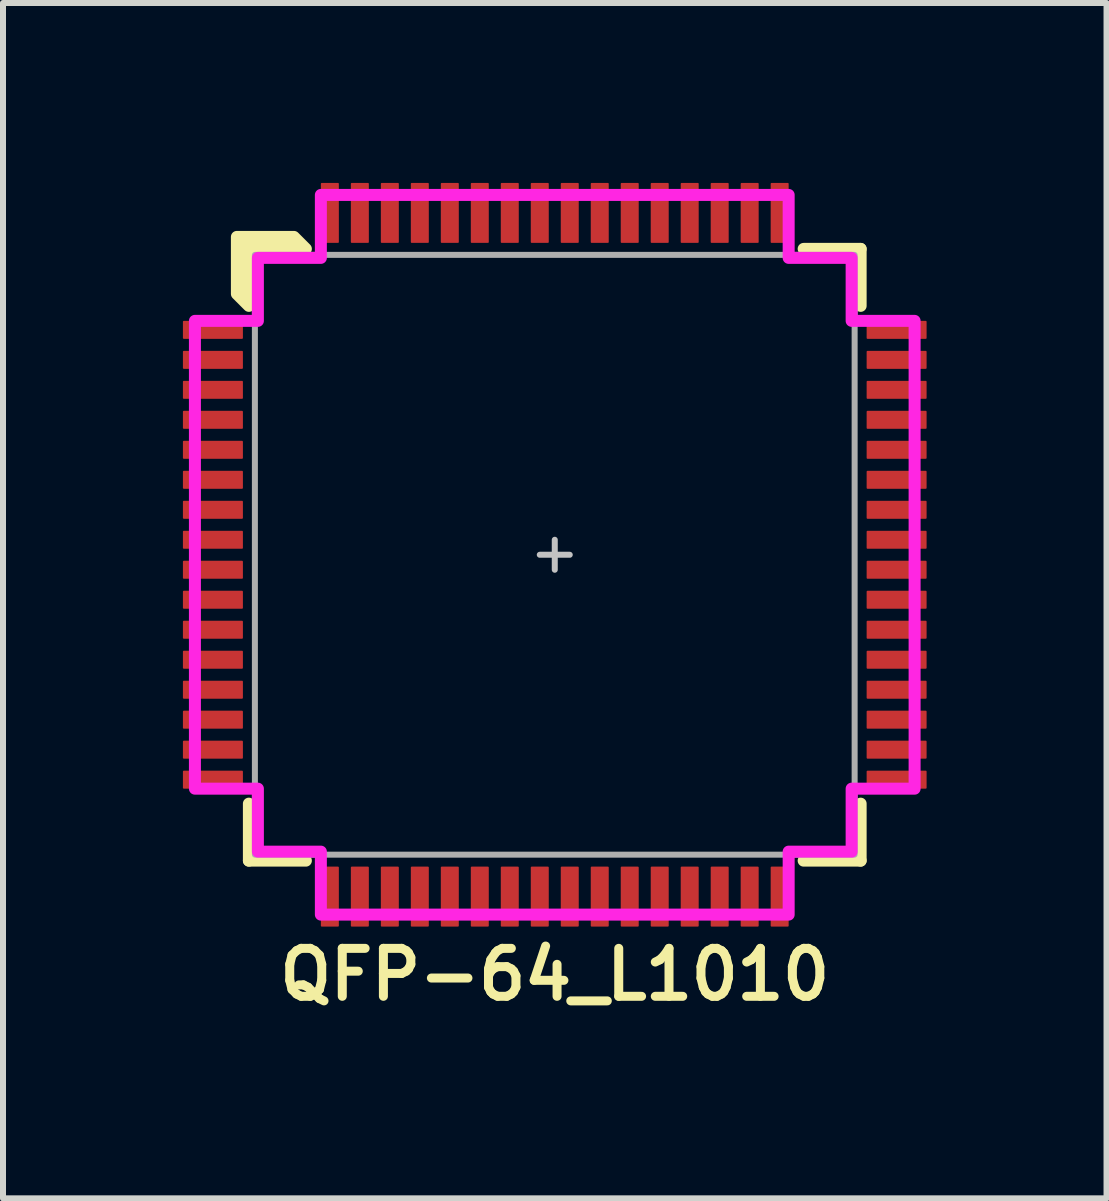
<source format=kicad_pcb>
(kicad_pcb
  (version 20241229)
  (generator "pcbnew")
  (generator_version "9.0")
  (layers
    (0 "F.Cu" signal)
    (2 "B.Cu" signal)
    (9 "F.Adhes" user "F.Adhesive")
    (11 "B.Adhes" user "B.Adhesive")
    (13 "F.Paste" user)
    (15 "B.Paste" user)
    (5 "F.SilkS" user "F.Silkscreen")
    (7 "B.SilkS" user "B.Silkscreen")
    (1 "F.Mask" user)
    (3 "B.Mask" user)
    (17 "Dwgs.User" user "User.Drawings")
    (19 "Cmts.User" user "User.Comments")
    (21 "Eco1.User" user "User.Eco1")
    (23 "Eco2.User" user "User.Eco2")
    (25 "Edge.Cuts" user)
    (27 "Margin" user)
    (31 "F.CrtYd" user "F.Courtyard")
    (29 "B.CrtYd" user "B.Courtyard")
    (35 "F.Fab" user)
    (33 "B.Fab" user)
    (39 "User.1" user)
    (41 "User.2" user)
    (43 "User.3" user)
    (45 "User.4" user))
  (footprint "QFP-64_L1010"
    (layer "F.Cu")
    (at 6.2 6.2)
    (property "Reference" "QFP-64_L1010" (at 0 7 0) (unlocked yes) (layer "F.SilkS") (effects (font (size 0.8 0.8) (thickness 0.15))))
    (attr smd)
    (fp_line (start -5.1 5.1) (end -5.1 4.15) (stroke (width 0.2) (type solid)) (layer "F.SilkS"))
    (fp_line (start -4.15 5.1) (end -5.1 5.1) (stroke (width 0.2) (type solid)) (layer "F.SilkS"))
    (fp_line (start 4.15 -5.1) (end 5.1 -5.1) (stroke (width 0.2) (type solid)) (layer "F.SilkS"))
    (fp_line (start 5.1 -5.1) (end 5.1 -4.15) (stroke (width 0.2) (type solid)) (layer "F.SilkS"))
    (fp_line (start 5.1 4.15) (end 5.1 5.1) (stroke (width 0.2) (type solid)) (layer "F.SilkS"))
    (fp_line (start 5.1 5.1) (end 4.15 5.1) (stroke (width 0.2) (type solid)) (layer "F.SilkS"))
    (fp_poly (pts (xy -4.15 -5.1) (xy -5.1 -5.1) (xy -5.1 -4.15) (xy -5.3 -4.35) (xy -5.3 -5.3) (xy -4.35 -5.3)) (stroke (width 0.2) (type solid)) (fill yes) (layer "F.SilkS"))
    (fp_line (start -0.25 0) (end 0.25 0) (stroke (width 0.1) (type solid)) (layer "Dwgs.User"))
    (fp_line (start 0 -0.25) (end 0 0.25) (stroke (width 0.1) (type solid)) (layer "Dwgs.User"))
    (fp_poly (pts (xy 3.9 -4.95) (xy 4.95 -4.95) (xy 4.95 -3.9) (xy 6 -3.9) (xy 6 3.9) (xy 4.95 3.9) (xy 4.95 4.95) (xy 3.9 4.95) (xy 3.9 6) (xy -3.9 6) (xy -3.9 4.95) (xy -4.95 4.95) (xy -4.95 3.9) (xy -6 3.9) (xy -6 -3.9) (xy -4.95 -3.9) (xy -4.95 -4.95) (xy -3.9 -4.95) (xy -3.9 -6) (xy 3.9 -6)) (stroke (width 0.2) (type solid)) (fill no) (layer "F.CrtYd"))
    (fp_rect (start -5 -5) (end 5 5) (stroke (width 0.1) (type solid)) (fill no) (layer "F.Fab"))
    (pad "1" smd roundrect (at -5.7 -3.75) (size 1 0.3) (layers "F.Cu" "F.Mask" "F.Paste") (roundrect_rratio 0.05))
    (pad "2" smd roundrect (at -5.7 -3.25) (size 1 0.3) (layers "F.Cu" "F.Mask" "F.Paste") (roundrect_rratio 0.05))
    (pad "3" smd roundrect (at -5.7 -2.75) (size 1 0.3) (layers "F.Cu" "F.Mask" "F.Paste") (roundrect_rratio 0.05))
    (pad "4" smd roundrect (at -5.7 -2.25) (size 1 0.3) (layers "F.Cu" "F.Mask" "F.Paste") (roundrect_rratio 0.05))
    (pad "5" smd roundrect (at -5.7 -1.75) (size 1 0.3) (layers "F.Cu" "F.Mask" "F.Paste") (roundrect_rratio 0.05))
    (pad "6" smd roundrect (at -5.7 -1.25) (size 1 0.3) (layers "F.Cu" "F.Mask" "F.Paste") (roundrect_rratio 0.05))
    (pad "7" smd roundrect (at -5.7 -0.75) (size 1 0.3) (layers "F.Cu" "F.Mask" "F.Paste") (roundrect_rratio 0.05))
    (pad "8" smd roundrect (at -5.7 -0.25) (size 1 0.3) (layers "F.Cu" "F.Mask" "F.Paste") (roundrect_rratio 0.05))
    (pad "9" smd roundrect (at -5.7 0.25) (size 1 0.3) (layers "F.Cu" "F.Mask" "F.Paste") (roundrect_rratio 0.05))
    (pad "10" smd roundrect (at -5.7 0.75) (size 1 0.3) (layers "F.Cu" "F.Mask" "F.Paste") (roundrect_rratio 0.05))
    (pad "11" smd roundrect (at -5.7 1.25) (size 1 0.3) (layers "F.Cu" "F.Mask" "F.Paste") (roundrect_rratio 0.05))
    (pad "12" smd roundrect (at -5.7 1.75) (size 1 0.3) (layers "F.Cu" "F.Mask" "F.Paste") (roundrect_rratio 0.05))
    (pad "13" smd roundrect (at -5.7 2.25) (size 1 0.3) (layers "F.Cu" "F.Mask" "F.Paste") (roundrect_rratio 0.05))
    (pad "14" smd roundrect (at -5.7 2.75) (size 1 0.3) (layers "F.Cu" "F.Mask" "F.Paste") (roundrect_rratio 0.05))
    (pad "15" smd roundrect (at -5.7 3.25) (size 1 0.3) (layers "F.Cu" "F.Mask" "F.Paste") (roundrect_rratio 0.05))
    (pad "16" smd roundrect (at -5.7 3.75) (size 1 0.3) (layers "F.Cu" "F.Mask" "F.Paste") (roundrect_rratio 0.05))
    (pad "17" smd roundrect (at -3.75 5.7 90) (size 1 0.3) (layers "F.Cu" "F.Mask" "F.Paste") (roundrect_rratio 0.05))
    (pad "18" smd roundrect (at -3.25 5.7 90) (size 1 0.3) (layers "F.Cu" "F.Mask" "F.Paste") (roundrect_rratio 0.05))
    (pad "19" smd roundrect (at -2.75 5.7 90) (size 1 0.3) (layers "F.Cu" "F.Mask" "F.Paste") (roundrect_rratio 0.05))
    (pad "20" smd roundrect (at -2.25 5.7 90) (size 1 0.3) (layers "F.Cu" "F.Mask" "F.Paste") (roundrect_rratio 0.05))
    (pad "21" smd roundrect (at -1.75 5.7 90) (size 1 0.3) (layers "F.Cu" "F.Mask" "F.Paste") (roundrect_rratio 0.05))
    (pad "22" smd roundrect (at -1.25 5.7 90) (size 1 0.3) (layers "F.Cu" "F.Mask" "F.Paste") (roundrect_rratio 0.05))
    (pad "23" smd roundrect (at -0.75 5.7 90) (size 1 0.3) (layers "F.Cu" "F.Mask" "F.Paste") (roundrect_rratio 0.05))
    (pad "24" smd roundrect (at -0.25 5.7 90) (size 1 0.3) (layers "F.Cu" "F.Mask" "F.Paste") (roundrect_rratio 0.05))
    (pad "25" smd roundrect (at 0.25 5.7 90) (size 1 0.3) (layers "F.Cu" "F.Mask" "F.Paste") (roundrect_rratio 0.05))
    (pad "26" smd roundrect (at 0.75 5.7 90) (size 1 0.3) (layers "F.Cu" "F.Mask" "F.Paste") (roundrect_rratio 0.05))
    (pad "27" smd roundrect (at 1.25 5.7 90) (size 1 0.3) (layers "F.Cu" "F.Mask" "F.Paste") (roundrect_rratio 0.05))
    (pad "28" smd roundrect (at 1.75 5.7 90) (size 1 0.3) (layers "F.Cu" "F.Mask" "F.Paste") (roundrect_rratio 0.05))
    (pad "29" smd roundrect (at 2.25 5.7 90) (size 1 0.3) (layers "F.Cu" "F.Mask" "F.Paste") (roundrect_rratio 0.05))
    (pad "30" smd roundrect (at 2.75 5.7 90) (size 1 0.3) (layers "F.Cu" "F.Mask" "F.Paste") (roundrect_rratio 0.05))
    (pad "31" smd roundrect (at 3.25 5.7 90) (size 1 0.3) (layers "F.Cu" "F.Mask" "F.Paste") (roundrect_rratio 0.05))
    (pad "32" smd roundrect (at 3.75 5.7 90) (size 1 0.3) (layers "F.Cu" "F.Mask" "F.Paste") (roundrect_rratio 0.05))
    (pad "33" smd roundrect (at 5.7 3.75 180) (size 1 0.3) (layers "F.Cu" "F.Mask" "F.Paste") (roundrect_rratio 0.05))
    (pad "34" smd roundrect (at 5.7 3.25 180) (size 1 0.3) (layers "F.Cu" "F.Mask" "F.Paste") (roundrect_rratio 0.05))
    (pad "35" smd roundrect (at 5.7 2.75 180) (size 1 0.3) (layers "F.Cu" "F.Mask" "F.Paste") (roundrect_rratio 0.05))
    (pad "36" smd roundrect (at 5.7 2.25 180) (size 1 0.3) (layers "F.Cu" "F.Mask" "F.Paste") (roundrect_rratio 0.05))
    (pad "37" smd roundrect (at 5.7 1.75 180) (size 1 0.3) (layers "F.Cu" "F.Mask" "F.Paste") (roundrect_rratio 0.05))
    (pad "38" smd roundrect (at 5.7 1.25 180) (size 1 0.3) (layers "F.Cu" "F.Mask" "F.Paste") (roundrect_rratio 0.05))
    (pad "39" smd roundrect (at 5.7 0.75 180) (size 1 0.3) (layers "F.Cu" "F.Mask" "F.Paste") (roundrect_rratio 0.05))
    (pad "40" smd roundrect (at 5.7 0.25 180) (size 1 0.3) (layers "F.Cu" "F.Mask" "F.Paste") (roundrect_rratio 0.05))
    (pad "41" smd roundrect (at 5.7 -0.25 180) (size 1 0.3) (layers "F.Cu" "F.Mask" "F.Paste") (roundrect_rratio 0.05))
    (pad "42" smd roundrect (at 5.7 -0.75 180) (size 1 0.3) (layers "F.Cu" "F.Mask" "F.Paste") (roundrect_rratio 0.05))
    (pad "43" smd roundrect (at 5.7 -1.25 180) (size 1 0.3) (layers "F.Cu" "F.Mask" "F.Paste") (roundrect_rratio 0.05))
    (pad "44" smd roundrect (at 5.7 -1.75 180) (size 1 0.3) (layers "F.Cu" "F.Mask" "F.Paste") (roundrect_rratio 0.05))
    (pad "45" smd roundrect (at 5.7 -2.25 180) (size 1 0.3) (layers "F.Cu" "F.Mask" "F.Paste") (roundrect_rratio 0.05))
    (pad "46" smd roundrect (at 5.7 -2.75 180) (size 1 0.3) (layers "F.Cu" "F.Mask" "F.Paste") (roundrect_rratio 0.05))
    (pad "47" smd roundrect (at 5.7 -3.25 180) (size 1 0.3) (layers "F.Cu" "F.Mask" "F.Paste") (roundrect_rratio 0.05))
    (pad "48" smd roundrect (at 5.7 -3.75 180) (size 1 0.3) (layers "F.Cu" "F.Mask" "F.Paste") (roundrect_rratio 0.05))
    (pad "49" smd roundrect (at 3.75 -5.7 270) (size 1 0.3) (layers "F.Cu" "F.Mask" "F.Paste") (roundrect_rratio 0.05))
    (pad "50" smd roundrect (at 3.25 -5.7 270) (size 1 0.3) (layers "F.Cu" "F.Mask" "F.Paste") (roundrect_rratio 0.05))
    (pad "51" smd roundrect (at 2.75 -5.7 270) (size 1 0.3) (layers "F.Cu" "F.Mask" "F.Paste") (roundrect_rratio 0.05))
    (pad "52" smd roundrect (at 2.25 -5.7 270) (size 1 0.3) (layers "F.Cu" "F.Mask" "F.Paste") (roundrect_rratio 0.05))
    (pad "53" smd roundrect (at 1.75 -5.7 270) (size 1 0.3) (layers "F.Cu" "F.Mask" "F.Paste") (roundrect_rratio 0.05))
    (pad "54" smd roundrect (at 1.25 -5.7 270) (size 1 0.3) (layers "F.Cu" "F.Mask" "F.Paste") (roundrect_rratio 0.05))
    (pad "55" smd roundrect (at 0.75 -5.7 270) (size 1 0.3) (layers "F.Cu" "F.Mask" "F.Paste") (roundrect_rratio 0.05))
    (pad "56" smd roundrect (at 0.25 -5.7 270) (size 1 0.3) (layers "F.Cu" "F.Mask" "F.Paste") (roundrect_rratio 0.05))
    (pad "57" smd roundrect (at -0.25 -5.7 270) (size 1 0.3) (layers "F.Cu" "F.Mask" "F.Paste") (roundrect_rratio 0.05))
    (pad "58" smd roundrect (at -0.75 -5.7 270) (size 1 0.3) (layers "F.Cu" "F.Mask" "F.Paste") (roundrect_rratio 0.05))
    (pad "59" smd roundrect (at -1.25 -5.7 270) (size 1 0.3) (layers "F.Cu" "F.Mask" "F.Paste") (roundrect_rratio 0.05))
    (pad "60" smd roundrect (at -1.75 -5.7 270) (size 1 0.3) (layers "F.Cu" "F.Mask" "F.Paste") (roundrect_rratio 0.05))
    (pad "61" smd roundrect (at -2.25 -5.7 270) (size 1 0.3) (layers "F.Cu" "F.Mask" "F.Paste") (roundrect_rratio 0.05))
    (pad "62" smd roundrect (at -2.75 -5.7 270) (size 1 0.3) (layers "F.Cu" "F.Mask" "F.Paste") (roundrect_rratio 0.05))
    (pad "63" smd roundrect (at -3.25 -5.7 270) (size 1 0.3) (layers "F.Cu" "F.Mask" "F.Paste") (roundrect_rratio 0.05))
    (pad "64" smd roundrect (at -3.75 -5.7 270) (size 1 0.3) (layers "F.Cu" "F.Mask" "F.Paste") (roundrect_rratio 0.05)))
  (gr_rect
    (start -3 -3)
    (end 15.4 16.931)
    (stroke (width 0.1) (type default))
    (fill no)
    (layer "Edge.Cuts")))
</source>
